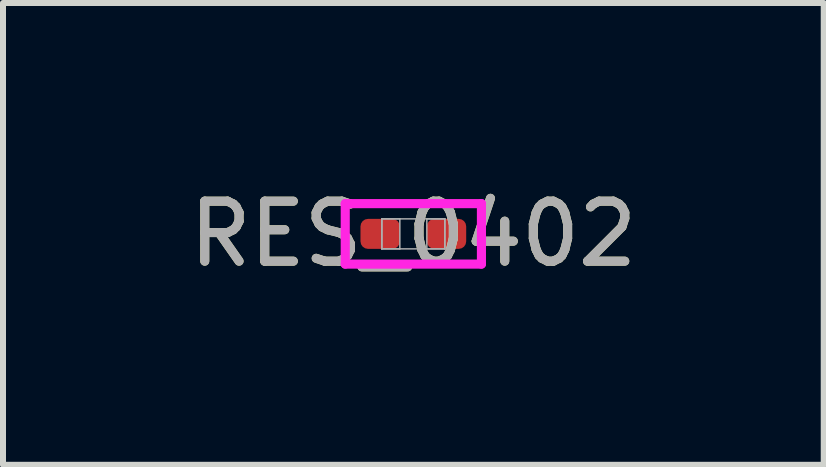
<source format=kicad_pcb>
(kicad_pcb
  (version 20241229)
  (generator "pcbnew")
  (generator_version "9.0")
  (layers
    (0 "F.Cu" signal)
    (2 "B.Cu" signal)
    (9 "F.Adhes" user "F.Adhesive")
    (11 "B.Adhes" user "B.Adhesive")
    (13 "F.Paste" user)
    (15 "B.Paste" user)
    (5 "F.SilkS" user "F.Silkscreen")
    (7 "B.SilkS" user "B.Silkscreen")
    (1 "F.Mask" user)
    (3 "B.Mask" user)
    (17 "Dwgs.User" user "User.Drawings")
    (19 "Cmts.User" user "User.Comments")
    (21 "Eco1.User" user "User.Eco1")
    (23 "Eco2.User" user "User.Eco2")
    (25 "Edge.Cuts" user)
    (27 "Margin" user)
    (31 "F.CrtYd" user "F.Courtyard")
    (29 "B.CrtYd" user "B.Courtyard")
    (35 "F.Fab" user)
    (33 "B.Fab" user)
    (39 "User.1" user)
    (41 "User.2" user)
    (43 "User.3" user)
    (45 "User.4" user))
  (footprint "RES_0402"
    (layer "F.Cu")
    (at 3.839 0.848)
    (property "Reference" "RES_0402" (at 0 0 0) (unlocked yes) (layer "F.SilkS") (effects (font (size 1 1) (thickness 0.15))))
    (attr smd)
    (fp_line (start -1.135 -0.504) (end 1.135 -0.504) (stroke (width 0.152) (type solid)) (layer "F.CrtYd"))
    (fp_line (start -1.135 0.504) (end -1.135 -0.504) (stroke (width 0.152) (type solid)) (layer "F.CrtYd"))
    (fp_line (start 1.135 -0.504) (end 1.135 0.504) (stroke (width 0.152) (type solid)) (layer "F.CrtYd"))
    (fp_line (start 1.135 0.504) (end -1.135 0.504) (stroke (width 0.152) (type solid)) (layer "F.CrtYd"))
    (fp_line (start -0.525 -0.25) (end -0.525 0.25) (stroke (width 0.025) (type solid)) (layer "F.Fab"))
    (fp_line (start -0.525 -0.25) (end -0.525 0.25) (stroke (width 0.025) (type solid)) (layer "F.Fab"))
    (fp_line (start -0.525 0.25) (end -0.225 0.25) (stroke (width 0.025) (type solid)) (layer "F.Fab"))
    (fp_line (start -0.525 0.25) (end 0.525 0.25) (stroke (width 0.025) (type solid)) (layer "F.Fab"))
    (fp_line (start -0.225 -0.25) (end -0.525 -0.25) (stroke (width 0.025) (type solid)) (layer "F.Fab"))
    (fp_line (start -0.225 0.25) (end -0.225 -0.25) (stroke (width 0.025) (type solid)) (layer "F.Fab"))
    (fp_line (start 0.225 -0.25) (end 0.225 0.25) (stroke (width 0.025) (type solid)) (layer "F.Fab"))
    (fp_line (start 0.225 0.25) (end 0.525 0.25) (stroke (width 0.025) (type solid)) (layer "F.Fab"))
    (fp_line (start 0.525 -0.25) (end -0.525 -0.25) (stroke (width 0.025) (type solid)) (layer "F.Fab"))
    (fp_line (start 0.525 -0.25) (end 0.225 -0.25) (stroke (width 0.025) (type solid)) (layer "F.Fab"))
    (fp_line (start 0.525 0.25) (end 0.525 -0.25) (stroke (width 0.025) (type solid)) (layer "F.Fab"))
    (fp_line (start 0.525 0.25) (end 0.525 -0.25) (stroke (width 0.025) (type solid)) (layer "F.Fab"))
    (fp_text user "${REFERENCE}" (at 0 0 0) (unlocked yes) (layer "F.Fab") (effects (font (size 1 1) (thickness 0.15))))
    (pad "1" smd roundrect (at -0.553 0) (size 0.656 0.5) (layers "F.Cu" "F.Mask" "F.Paste") (roundrect_rratio 0.25))
    (pad "2" smd roundrect (at 0.553 0) (size 0.656 0.5) (layers "F.Cu" "F.Mask" "F.Paste") (roundrect_rratio 0.25))
    (zone (net_name "") (layer "F.Cu") (name "Keepout") (hatch edge 0.5) (connect_pads) (min_thickness 0.25) (filled_areas_thickness no) (keepout (tracks allowed) (vias allowed) (pads allowed) (copperpour not_allowed) (footprints allowed)) (placement (enabled no)) (fill) (polygon (pts (xy 2.714 0.348) (xy 4.964 0.348) (xy 4.964 1.348) (xy 2.714 1.323))))
    (zone (net_name "") (layer "F.Cu") (hatch full 0.508) (connect_pads) (min_thickness 0.254) (filled_areas_thickness no) (keepout (tracks not_allowed) (vias not_allowed) (pads allowed) (copperpour not_allowed) (footprints allowed)) (placement (enabled no)) (fill) (polygon (pts (xy 3.665 0.649) (xy 4.013 0.649) (xy 4.013 1.047) (xy 3.665 1.047)))))
  (gr_rect
    (start -3 -3)
    (end 10.679 4.697)
    (stroke (width 0.1) (type default))
    (fill no)
    (layer "Edge.Cuts")))
</source>
